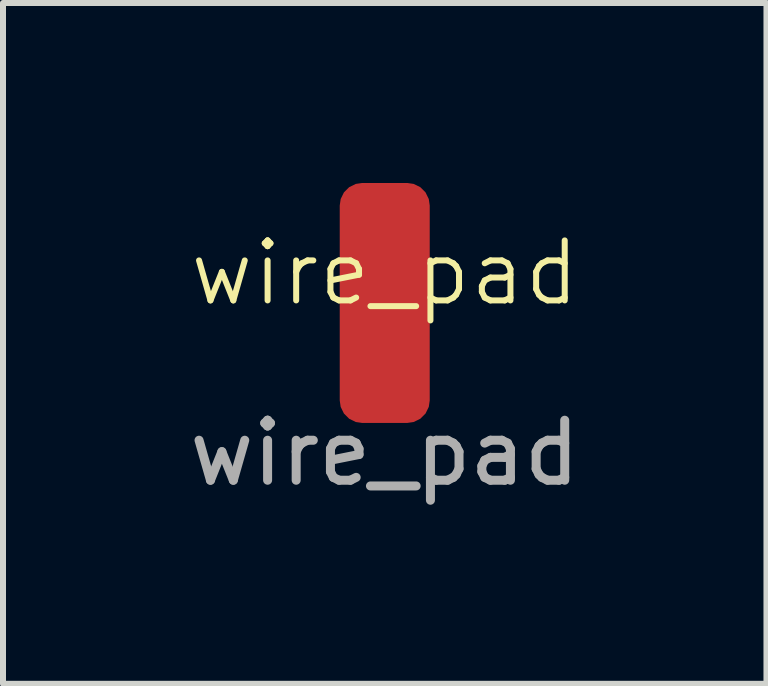
<source format=kicad_pcb>
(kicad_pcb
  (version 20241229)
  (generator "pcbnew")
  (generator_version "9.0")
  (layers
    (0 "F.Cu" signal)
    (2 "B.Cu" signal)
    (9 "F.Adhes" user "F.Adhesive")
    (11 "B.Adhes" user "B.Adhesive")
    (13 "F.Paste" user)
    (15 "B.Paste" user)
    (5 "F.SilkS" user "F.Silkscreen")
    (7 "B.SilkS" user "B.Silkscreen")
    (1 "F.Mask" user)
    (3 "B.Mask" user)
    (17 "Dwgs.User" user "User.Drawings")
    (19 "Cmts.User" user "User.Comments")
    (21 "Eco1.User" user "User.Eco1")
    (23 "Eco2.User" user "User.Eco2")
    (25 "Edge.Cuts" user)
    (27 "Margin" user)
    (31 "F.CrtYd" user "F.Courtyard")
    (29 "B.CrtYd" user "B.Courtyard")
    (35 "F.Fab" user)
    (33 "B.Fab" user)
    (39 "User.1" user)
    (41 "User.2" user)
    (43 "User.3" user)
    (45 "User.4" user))
  (footprint "wire_pad"
    (layer "F.Cu")
    (at 3.363 2)
    (property "Reference" "wire_pad" (at 0 -0.5 0) (unlocked yes) (layer "F.SilkS") (effects (font (size 1 1) (thickness 0.1))))
    (attr smd)
    (fp_text user "${REFERENCE}" (at 0 2.5 0) (unlocked yes) (layer "F.Fab") (effects (font (size 1 1) (thickness 0.15))))
    (pad "1" smd roundrect (at 0 0) (size 1.5 4) (layers "F.Cu" "F.Mask" "F.Paste") (roundrect_rratio 0.25)))
  (gr_rect
    (start -3 -3)
    (end 9.726 8.348)
    (stroke (width 0.1) (type default))
    (fill no)
    (layer "Edge.Cuts")))
</source>
